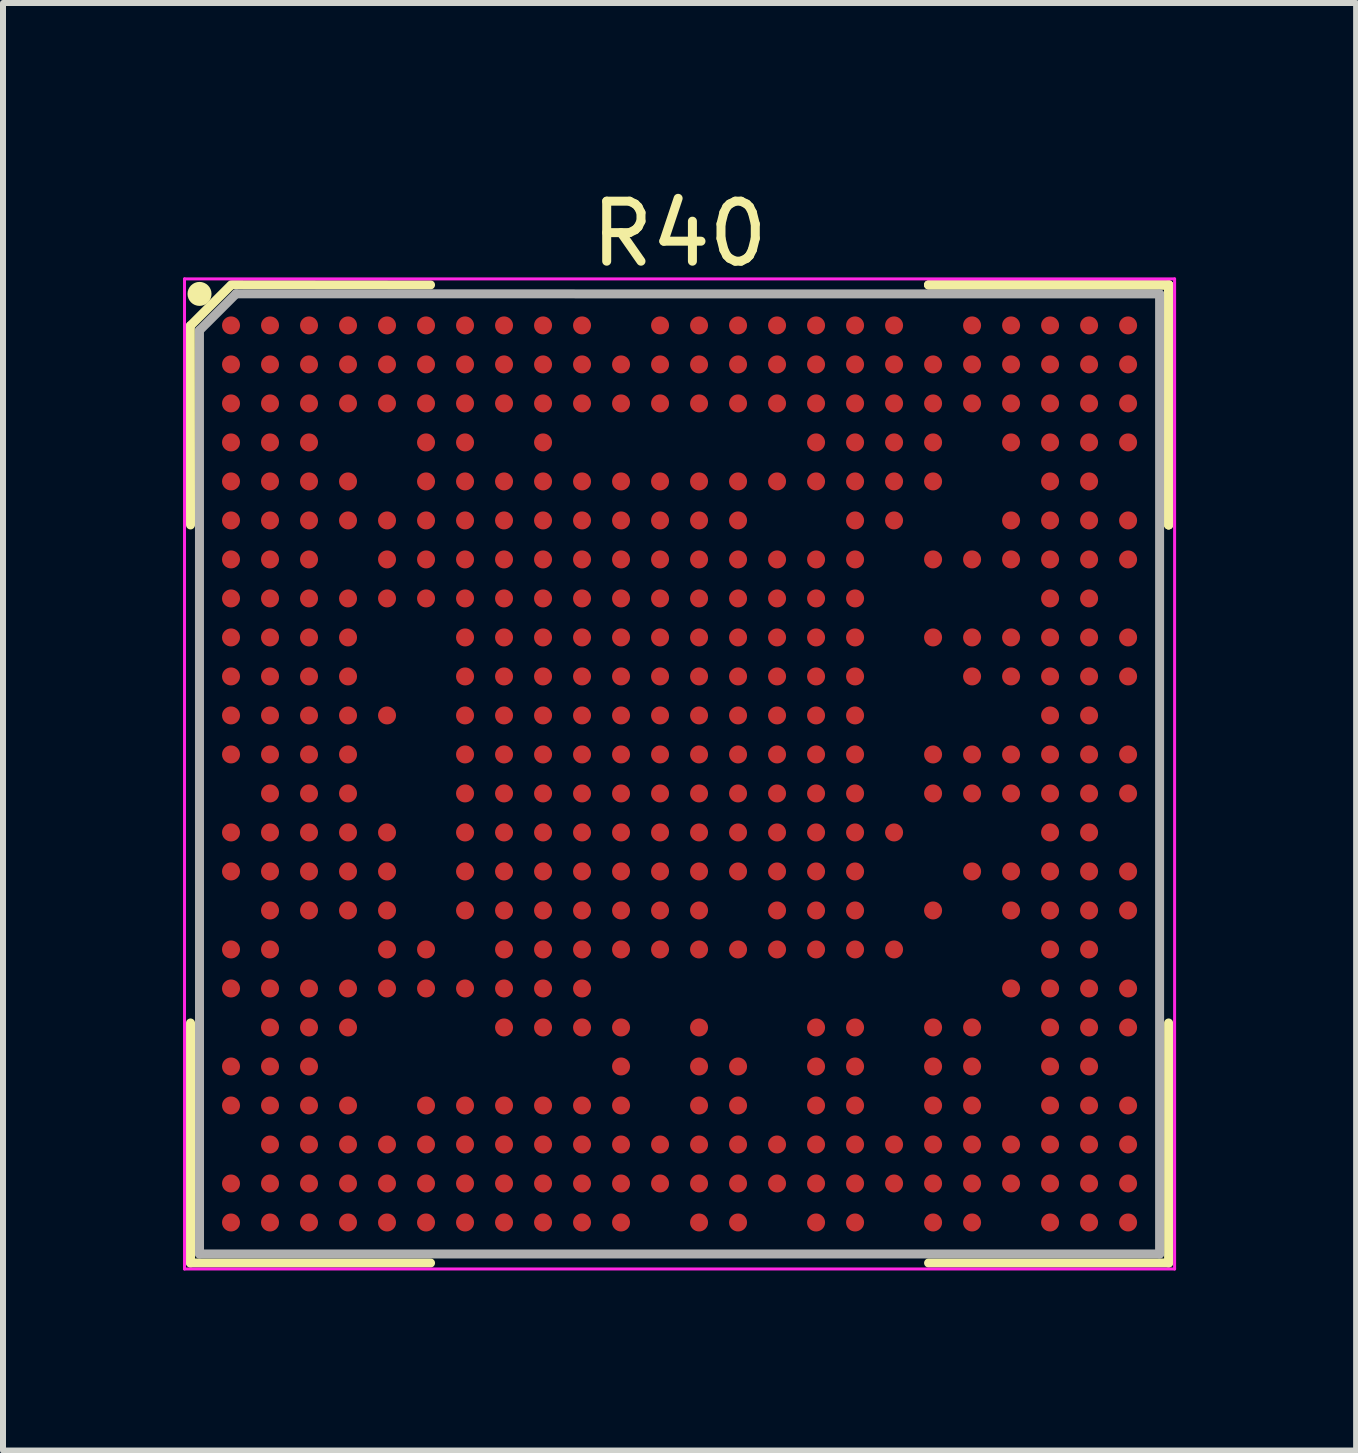
<source format=kicad_pcb>
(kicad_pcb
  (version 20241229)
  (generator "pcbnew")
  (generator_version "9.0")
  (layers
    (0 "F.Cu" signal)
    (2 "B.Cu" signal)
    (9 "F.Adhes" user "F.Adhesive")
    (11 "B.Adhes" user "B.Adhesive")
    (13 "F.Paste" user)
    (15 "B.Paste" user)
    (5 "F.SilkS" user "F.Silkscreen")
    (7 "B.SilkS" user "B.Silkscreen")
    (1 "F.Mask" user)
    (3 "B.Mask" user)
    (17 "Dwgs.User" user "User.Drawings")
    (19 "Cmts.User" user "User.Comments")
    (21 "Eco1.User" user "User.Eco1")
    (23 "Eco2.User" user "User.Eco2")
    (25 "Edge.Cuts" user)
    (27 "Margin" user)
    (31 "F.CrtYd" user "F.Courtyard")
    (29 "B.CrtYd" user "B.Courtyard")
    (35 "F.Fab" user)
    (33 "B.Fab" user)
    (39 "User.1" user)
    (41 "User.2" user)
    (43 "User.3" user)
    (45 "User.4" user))
  (footprint "R40"
    (layer "F.Cu")
    (at 8.275 9.848)
    (property "Reference" "R40" (at 0 -9 0) (layer "F.SilkS") (effects (font (size 1 1) (thickness 0.15))))
    (attr smd)
    (fp_line (start -8.153 -7.468) (end -8.15 -4.15) (stroke (width 0.15) (type solid)) (layer "F.SilkS"))
    (fp_line (start -8.15 8.15) (end -8.15 4.15) (stroke (width 0.15) (type solid)) (layer "F.SilkS"))
    (fp_line (start -7.493 -8.128) (end -8.153 -7.468) (stroke (width 0.15) (type solid)) (layer "F.SilkS"))
    (fp_line (start -4.15 -8.15) (end -7.468 -8.153) (stroke (width 0.15) (type solid)) (layer "F.SilkS"))
    (fp_line (start -4.15 8.15) (end -8.15 8.15) (stroke (width 0.15) (type solid)) (layer "F.SilkS"))
    (fp_line (start 4.15 -8.15) (end 8.15 -8.15) (stroke (width 0.15) (type solid)) (layer "F.SilkS"))
    (fp_line (start 4.15 -8.15) (end 8.15 -8.15) (stroke (width 0.15) (type solid)) (layer "F.SilkS"))
    (fp_line (start 4.15 -8.15) (end 8.15 -8.15) (stroke (width 0.15) (type solid)) (layer "F.SilkS"))
    (fp_line (start 4.15 8.15) (end 8.15 8.15) (stroke (width 0.15) (type solid)) (layer "F.SilkS"))
    (fp_line (start 8.15 -8.15) (end 8.15 -4.15) (stroke (width 0.15) (type solid)) (layer "F.SilkS"))
    (fp_line (start 8.15 -8.15) (end 8.15 -4.15) (stroke (width 0.15) (type solid)) (layer "F.SilkS"))
    (fp_line (start 8.15 -8.15) (end 8.15 -4.15) (stroke (width 0.15) (type solid)) (layer "F.SilkS"))
    (fp_line (start 8.15 8.15) (end 8.15 4.15) (stroke (width 0.15) (type solid)) (layer "F.SilkS"))
    (fp_circle (center -8 -8) (end -8 -7.9) (stroke (width 0.2) (type solid)) (fill no) (layer "F.SilkS"))
    (fp_line (start -8.25 -8.25) (end 8.25 -8.25) (stroke (width 0.05) (type solid)) (layer "F.CrtYd"))
    (fp_line (start -8.25 8.25) (end -8.25 -8.25) (stroke (width 0.05) (type solid)) (layer "F.CrtYd"))
    (fp_line (start 8.25 -8.25) (end 8.25 8.25) (stroke (width 0.05) (type solid)) (layer "F.CrtYd"))
    (fp_line (start 8.25 8.25) (end -8.25 8.25) (stroke (width 0.05) (type solid)) (layer "F.CrtYd"))
    (fp_line (start -8.001 -7.391) (end -8 8) (stroke (width 0.15) (type solid)) (layer "F.Fab"))
    (fp_line (start -8 8) (end 8 8) (stroke (width 0.15) (type solid)) (layer "F.Fab"))
    (fp_line (start -7.391 -8.001) (end -8.001 -7.391) (stroke (width 0.15) (type solid)) (layer "F.Fab"))
    (fp_line (start 8 -8) (end -7.391 -8.001) (stroke (width 0.15) (type solid)) (layer "F.Fab"))
    (fp_line (start 8 8) (end 8 -8) (stroke (width 0.15) (type solid)) (layer "F.Fab"))
    (pad "A1" smd circle (at -7.475 -7.475) (size 0.3 0.3) (layers "F.Cu" "F.Mask" "F.Paste"))
    (pad "A2" smd circle (at -6.825 -7.475) (size 0.3 0.3) (layers "F.Cu" "F.Mask" "F.Paste"))
    (pad "A3" smd circle (at -6.175 -7.475) (size 0.3 0.3) (layers "F.Cu" "F.Mask" "F.Paste"))
    (pad "A4" smd circle (at -5.525 -7.475) (size 0.3 0.3) (layers "F.Cu" "F.Mask" "F.Paste"))
    (pad "A5" smd circle (at -4.875 -7.475) (size 0.3 0.3) (layers "F.Cu" "F.Mask" "F.Paste"))
    (pad "A6" smd circle (at -4.225 -7.475) (size 0.3 0.3) (layers "F.Cu" "F.Mask" "F.Paste"))
    (pad "A7" smd circle (at -3.575 -7.475) (size 0.3 0.3) (layers "F.Cu" "F.Mask" "F.Paste"))
    (pad "A8" smd circle (at -2.925 -7.475) (size 0.3 0.3) (layers "F.Cu" "F.Mask" "F.Paste"))
    (pad "A9" smd circle (at -2.275 -7.475) (size 0.3 0.3) (layers "F.Cu" "F.Mask" "F.Paste"))
    (pad "A10" smd circle (at -1.625 -7.475) (size 0.3 0.3) (layers "F.Cu" "F.Mask" "F.Paste"))
    (pad "A12" smd circle (at -0.325 -7.475) (size 0.3 0.3) (layers "F.Cu" "F.Mask" "F.Paste"))
    (pad "A13" smd circle (at 0.325 -7.475) (size 0.3 0.3) (layers "F.Cu" "F.Mask" "F.Paste"))
    (pad "A14" smd circle (at 0.975 -7.475) (size 0.3 0.3) (layers "F.Cu" "F.Mask" "F.Paste"))
    (pad "A15" smd circle (at 1.625 -7.475) (size 0.3 0.3) (layers "F.Cu" "F.Mask" "F.Paste"))
    (pad "A16" smd circle (at 2.275 -7.475) (size 0.3 0.3) (layers "F.Cu" "F.Mask" "F.Paste"))
    (pad "A17" smd circle (at 2.925 -7.475) (size 0.3 0.3) (layers "F.Cu" "F.Mask" "F.Paste"))
    (pad "A18" smd circle (at 3.575 -7.475) (size 0.3 0.3) (layers "F.Cu" "F.Mask" "F.Paste"))
    (pad "A20" smd circle (at 4.875 -7.475) (size 0.3 0.3) (layers "F.Cu" "F.Mask" "F.Paste"))
    (pad "A21" smd circle (at 5.525 -7.475) (size 0.3 0.3) (layers "F.Cu" "F.Mask" "F.Paste"))
    (pad "A22" smd circle (at 6.175 -7.475) (size 0.3 0.3) (layers "F.Cu" "F.Mask" "F.Paste"))
    (pad "A23" smd circle (at 6.825 -7.475) (size 0.3 0.3) (layers "F.Cu" "F.Mask" "F.Paste"))
    (pad "A24" smd circle (at 7.475 -7.475) (size 0.3 0.3) (layers "F.Cu" "F.Mask" "F.Paste"))
    (pad "AA1" smd circle (at -7.475 5.525) (size 0.3 0.3) (layers "F.Cu" "F.Mask" "F.Paste"))
    (pad "AA2" smd circle (at -6.825 5.525) (size 0.3 0.3) (layers "F.Cu" "F.Mask" "F.Paste"))
    (pad "AA3" smd circle (at -6.175 5.525) (size 0.3 0.3) (layers "F.Cu" "F.Mask" "F.Paste"))
    (pad "AA4" smd circle (at -5.525 5.525) (size 0.3 0.3) (layers "F.Cu" "F.Mask" "F.Paste"))
    (pad "AA6" smd circle (at -4.225 5.525) (size 0.3 0.3) (layers "F.Cu" "F.Mask" "F.Paste"))
    (pad "AA7" smd circle (at -3.575 5.525) (size 0.3 0.3) (layers "F.Cu" "F.Mask" "F.Paste"))
    (pad "AA8" smd circle (at -2.925 5.525) (size 0.3 0.3) (layers "F.Cu" "F.Mask" "F.Paste"))
    (pad "AA9" smd circle (at -2.275 5.525) (size 0.3 0.3) (layers "F.Cu" "F.Mask" "F.Paste"))
    (pad "AA10" smd circle (at -1.625 5.525) (size 0.3 0.3) (layers "F.Cu" "F.Mask" "F.Paste"))
    (pad "AA11" smd circle (at -0.975 5.525) (size 0.3 0.3) (layers "F.Cu" "F.Mask" "F.Paste"))
    (pad "AA13" smd circle (at 0.325 5.525) (size 0.3 0.3) (layers "F.Cu" "F.Mask" "F.Paste"))
    (pad "AA14" smd circle (at 0.975 5.525) (size 0.3 0.3) (layers "F.Cu" "F.Mask" "F.Paste"))
    (pad "AA16" smd circle (at 2.275 5.525) (size 0.3 0.3) (layers "F.Cu" "F.Mask" "F.Paste"))
    (pad "AA17" smd circle (at 2.925 5.525) (size 0.3 0.3) (layers "F.Cu" "F.Mask" "F.Paste"))
    (pad "AA19" smd circle (at 4.225 5.525) (size 0.3 0.3) (layers "F.Cu" "F.Mask" "F.Paste"))
    (pad "AA20" smd circle (at 4.875 5.525) (size 0.3 0.3) (layers "F.Cu" "F.Mask" "F.Paste"))
    (pad "AA22" smd circle (at 6.175 5.525) (size 0.3 0.3) (layers "F.Cu" "F.Mask" "F.Paste"))
    (pad "AA23" smd circle (at 6.825 5.525) (size 0.3 0.3) (layers "F.Cu" "F.Mask" "F.Paste"))
    (pad "AA24" smd circle (at 7.475 5.525) (size 0.3 0.3) (layers "F.Cu" "F.Mask" "F.Paste"))
    (pad "AB2" smd circle (at -6.825 6.175) (size 0.3 0.3) (layers "F.Cu" "F.Mask" "F.Paste"))
    (pad "AB3" smd circle (at -6.175 6.175) (size 0.3 0.3) (layers "F.Cu" "F.Mask" "F.Paste"))
    (pad "AB4" smd circle (at -5.525 6.175) (size 0.3 0.3) (layers "F.Cu" "F.Mask" "F.Paste"))
    (pad "AB5" smd circle (at -4.875 6.175) (size 0.3 0.3) (layers "F.Cu" "F.Mask" "F.Paste"))
    (pad "AB6" smd circle (at -4.225 6.175) (size 0.3 0.3) (layers "F.Cu" "F.Mask" "F.Paste"))
    (pad "AB7" smd circle (at -3.575 6.175) (size 0.3 0.3) (layers "F.Cu" "F.Mask" "F.Paste"))
    (pad "AB8" smd circle (at -2.925 6.175) (size 0.3 0.3) (layers "F.Cu" "F.Mask" "F.Paste"))
    (pad "AB9" smd circle (at -2.275 6.175) (size 0.3 0.3) (layers "F.Cu" "F.Mask" "F.Paste"))
    (pad "AB10" smd circle (at -1.625 6.175) (size 0.3 0.3) (layers "F.Cu" "F.Mask" "F.Paste"))
    (pad "AB11" smd circle (at -0.975 6.175) (size 0.3 0.3) (layers "F.Cu" "F.Mask" "F.Paste"))
    (pad "AB12" smd circle (at -0.325 6.175) (size 0.3 0.3) (layers "F.Cu" "F.Mask" "F.Paste"))
    (pad "AB13" smd circle (at 0.325 6.175) (size 0.3 0.3) (layers "F.Cu" "F.Mask" "F.Paste"))
    (pad "AB14" smd circle (at 0.975 6.175) (size 0.3 0.3) (layers "F.Cu" "F.Mask" "F.Paste"))
    (pad "AB15" smd circle (at 1.625 6.175) (size 0.3 0.3) (layers "F.Cu" "F.Mask" "F.Paste"))
    (pad "AB16" smd circle (at 2.275 6.175) (size 0.3 0.3) (layers "F.Cu" "F.Mask" "F.Paste"))
    (pad "AB17" smd circle (at 2.925 6.175) (size 0.3 0.3) (layers "F.Cu" "F.Mask" "F.Paste"))
    (pad "AB18" smd circle (at 3.575 6.175) (size 0.3 0.3) (layers "F.Cu" "F.Mask" "F.Paste"))
    (pad "AB19" smd circle (at 4.225 6.175) (size 0.3 0.3) (layers "F.Cu" "F.Mask" "F.Paste"))
    (pad "AB20" smd circle (at 4.875 6.175) (size 0.3 0.3) (layers "F.Cu" "F.Mask" "F.Paste"))
    (pad "AB21" smd circle (at 5.525 6.175) (size 0.3 0.3) (layers "F.Cu" "F.Mask" "F.Paste"))
    (pad "AB22" smd circle (at 6.175 6.175) (size 0.3 0.3) (layers "F.Cu" "F.Mask" "F.Paste"))
    (pad "AB23" smd circle (at 6.825 6.175) (size 0.3 0.3) (layers "F.Cu" "F.Mask" "F.Paste"))
    (pad "AB24" smd circle (at 7.475 6.175) (size 0.3 0.3) (layers "F.Cu" "F.Mask" "F.Paste"))
    (pad "AC1" smd circle (at -7.475 6.825) (size 0.3 0.3) (layers "F.Cu" "F.Mask" "F.Paste"))
    (pad "AC2" smd circle (at -6.825 6.825) (size 0.3 0.3) (layers "F.Cu" "F.Mask" "F.Paste"))
    (pad "AC3" smd circle (at -6.175 6.825) (size 0.3 0.3) (layers "F.Cu" "F.Mask" "F.Paste"))
    (pad "AC4" smd circle (at -5.525 6.825) (size 0.3 0.3) (layers "F.Cu" "F.Mask" "F.Paste"))
    (pad "AC5" smd circle (at -4.875 6.825) (size 0.3 0.3) (layers "F.Cu" "F.Mask" "F.Paste"))
    (pad "AC6" smd circle (at -4.225 6.825) (size 0.3 0.3) (layers "F.Cu" "F.Mask" "F.Paste"))
    (pad "AC7" smd circle (at -3.575 6.825) (size 0.3 0.3) (layers "F.Cu" "F.Mask" "F.Paste"))
    (pad "AC8" smd circle (at -2.925 6.825) (size 0.3 0.3) (layers "F.Cu" "F.Mask" "F.Paste"))
    (pad "AC9" smd circle (at -2.275 6.825) (size 0.3 0.3) (layers "F.Cu" "F.Mask" "F.Paste"))
    (pad "AC10" smd circle (at -1.625 6.825) (size 0.3 0.3) (layers "F.Cu" "F.Mask" "F.Paste"))
    (pad "AC11" smd circle (at -0.975 6.825) (size 0.3 0.3) (layers "F.Cu" "F.Mask" "F.Paste"))
    (pad "AC12" smd circle (at -0.325 6.825) (size 0.3 0.3) (layers "F.Cu" "F.Mask" "F.Paste"))
    (pad "AC13" smd circle (at 0.325 6.825) (size 0.3 0.3) (layers "F.Cu" "F.Mask" "F.Paste"))
    (pad "AC14" smd circle (at 0.975 6.825) (size 0.3 0.3) (layers "F.Cu" "F.Mask" "F.Paste"))
    (pad "AC15" smd circle (at 1.625 6.825) (size 0.3 0.3) (layers "F.Cu" "F.Mask" "F.Paste"))
    (pad "AC16" smd circle (at 2.275 6.825) (size 0.3 0.3) (layers "F.Cu" "F.Mask" "F.Paste"))
    (pad "AC17" smd circle (at 2.925 6.825) (size 0.3 0.3) (layers "F.Cu" "F.Mask" "F.Paste"))
    (pad "AC18" smd circle (at 3.575 6.825) (size 0.3 0.3) (layers "F.Cu" "F.Mask" "F.Paste"))
    (pad "AC19" smd circle (at 4.225 6.825) (size 0.3 0.3) (layers "F.Cu" "F.Mask" "F.Paste"))
    (pad "AC20" smd circle (at 4.875 6.825) (size 0.3 0.3) (layers "F.Cu" "F.Mask" "F.Paste"))
    (pad "AC21" smd circle (at 5.525 6.825) (size 0.3 0.3) (layers "F.Cu" "F.Mask" "F.Paste"))
    (pad "AC22" smd circle (at 6.175 6.825) (size 0.3 0.3) (layers "F.Cu" "F.Mask" "F.Paste"))
    (pad "AC23" smd circle (at 6.825 6.825) (size 0.3 0.3) (layers "F.Cu" "F.Mask" "F.Paste"))
    (pad "AC24" smd circle (at 7.475 6.825) (size 0.3 0.3) (layers "F.Cu" "F.Mask" "F.Paste"))
    (pad "AD1" smd circle (at -7.475 7.475) (size 0.3 0.3) (layers "F.Cu" "F.Mask" "F.Paste"))
    (pad "AD2" smd circle (at -6.825 7.475) (size 0.3 0.3) (layers "F.Cu" "F.Mask" "F.Paste"))
    (pad "AD3" smd circle (at -6.175 7.475) (size 0.3 0.3) (layers "F.Cu" "F.Mask" "F.Paste"))
    (pad "AD4" smd circle (at -5.525 7.475) (size 0.3 0.3) (layers "F.Cu" "F.Mask" "F.Paste"))
    (pad "AD5" smd circle (at -4.875 7.475) (size 0.3 0.3) (layers "F.Cu" "F.Mask" "F.Paste"))
    (pad "AD6" smd circle (at -4.225 7.475) (size 0.3 0.3) (layers "F.Cu" "F.Mask" "F.Paste"))
    (pad "AD7" smd circle (at -3.575 7.475) (size 0.3 0.3) (layers "F.Cu" "F.Mask" "F.Paste"))
    (pad "AD8" smd circle (at -2.925 7.475) (size 0.3 0.3) (layers "F.Cu" "F.Mask" "F.Paste"))
    (pad "AD9" smd circle (at -2.275 7.475) (size 0.3 0.3) (layers "F.Cu" "F.Mask" "F.Paste"))
    (pad "AD10" smd circle (at -1.625 7.475) (size 0.3 0.3) (layers "F.Cu" "F.Mask" "F.Paste"))
    (pad "AD11" smd circle (at -0.975 7.475) (size 0.3 0.3) (layers "F.Cu" "F.Mask" "F.Paste"))
    (pad "AD13" smd circle (at 0.325 7.475) (size 0.3 0.3) (layers "F.Cu" "F.Mask" "F.Paste"))
    (pad "AD14" smd circle (at 0.975 7.475) (size 0.3 0.3) (layers "F.Cu" "F.Mask" "F.Paste"))
    (pad "AD16" smd circle (at 2.275 7.475) (size 0.3 0.3) (layers "F.Cu" "F.Mask" "F.Paste"))
    (pad "AD17" smd circle (at 2.925 7.475) (size 0.3 0.3) (layers "F.Cu" "F.Mask" "F.Paste"))
    (pad "AD19" smd circle (at 4.225 7.475) (size 0.3 0.3) (layers "F.Cu" "F.Mask" "F.Paste"))
    (pad "AD20" smd circle (at 4.875 7.475) (size 0.3 0.3) (layers "F.Cu" "F.Mask" "F.Paste"))
    (pad "AD22" smd circle (at 6.175 7.475) (size 0.3 0.3) (layers "F.Cu" "F.Mask" "F.Paste"))
    (pad "AD23" smd circle (at 6.825 7.475) (size 0.3 0.3) (layers "F.Cu" "F.Mask" "F.Paste"))
    (pad "AD24" smd circle (at 7.475 7.475) (size 0.3 0.3) (layers "F.Cu" "F.Mask" "F.Paste"))
    (pad "B1" smd circle (at -7.475 -6.825) (size 0.3 0.3) (layers "F.Cu" "F.Mask" "F.Paste"))
    (pad "B2" smd circle (at -6.825 -6.825) (size 0.3 0.3) (layers "F.Cu" "F.Mask" "F.Paste"))
    (pad "B3" smd circle (at -6.175 -6.825) (size 0.3 0.3) (layers "F.Cu" "F.Mask" "F.Paste"))
    (pad "B4" smd circle (at -5.525 -6.825) (size 0.3 0.3) (layers "F.Cu" "F.Mask" "F.Paste"))
    (pad "B5" smd circle (at -4.875 -6.825) (size 0.3 0.3) (layers "F.Cu" "F.Mask" "F.Paste"))
    (pad "B6" smd circle (at -4.225 -6.825) (size 0.3 0.3) (layers "F.Cu" "F.Mask" "F.Paste"))
    (pad "B7" smd circle (at -3.575 -6.825) (size 0.3 0.3) (layers "F.Cu" "F.Mask" "F.Paste"))
    (pad "B8" smd circle (at -2.925 -6.825) (size 0.3 0.3) (layers "F.Cu" "F.Mask" "F.Paste"))
    (pad "B9" smd circle (at -2.275 -6.825) (size 0.3 0.3) (layers "F.Cu" "F.Mask" "F.Paste"))
    (pad "B10" smd circle (at -1.625 -6.825) (size 0.3 0.3) (layers "F.Cu" "F.Mask" "F.Paste"))
    (pad "B11" smd circle (at -0.975 -6.825) (size 0.3 0.3) (layers "F.Cu" "F.Mask" "F.Paste"))
    (pad "B12" smd circle (at -0.325 -6.825) (size 0.3 0.3) (layers "F.Cu" "F.Mask" "F.Paste"))
    (pad "B13" smd circle (at 0.325 -6.825) (size 0.3 0.3) (layers "F.Cu" "F.Mask" "F.Paste"))
    (pad "B14" smd circle (at 0.975 -6.825) (size 0.3 0.3) (layers "F.Cu" "F.Mask" "F.Paste"))
    (pad "B15" smd circle (at 1.625 -6.825) (size 0.3 0.3) (layers "F.Cu" "F.Mask" "F.Paste"))
    (pad "B16" smd circle (at 2.275 -6.825) (size 0.3 0.3) (layers "F.Cu" "F.Mask" "F.Paste"))
    (pad "B17" smd circle (at 2.925 -6.825) (size 0.3 0.3) (layers "F.Cu" "F.Mask" "F.Paste"))
    (pad "B18" smd circle (at 3.575 -6.825) (size 0.3 0.3) (layers "F.Cu" "F.Mask" "F.Paste"))
    (pad "B19" smd circle (at 4.225 -6.825) (size 0.3 0.3) (layers "F.Cu" "F.Mask" "F.Paste"))
    (pad "B20" smd circle (at 4.875 -6.825) (size 0.3 0.3) (layers "F.Cu" "F.Mask" "F.Paste"))
    (pad "B21" smd circle (at 5.525 -6.825) (size 0.3 0.3) (layers "F.Cu" "F.Mask" "F.Paste"))
    (pad "B22" smd circle (at 6.175 -6.825) (size 0.3 0.3) (layers "F.Cu" "F.Mask" "F.Paste"))
    (pad "B23" smd circle (at 6.825 -6.825) (size 0.3 0.3) (layers "F.Cu" "F.Mask" "F.Paste"))
    (pad "B24" smd circle (at 7.475 -6.825) (size 0.3 0.3) (layers "F.Cu" "F.Mask" "F.Paste"))
    (pad "C1" smd circle (at -7.475 -6.175) (size 0.3 0.3) (layers "F.Cu" "F.Mask" "F.Paste"))
    (pad "C2" smd circle (at -6.825 -6.175) (size 0.3 0.3) (layers "F.Cu" "F.Mask" "F.Paste"))
    (pad "C3" smd circle (at -6.175 -6.175) (size 0.3 0.3) (layers "F.Cu" "F.Mask" "F.Paste"))
    (pad "C4" smd circle (at -5.525 -6.175) (size 0.3 0.3) (layers "F.Cu" "F.Mask" "F.Paste"))
    (pad "C5" smd circle (at -4.875 -6.175) (size 0.3 0.3) (layers "F.Cu" "F.Mask" "F.Paste"))
    (pad "C6" smd circle (at -4.225 -6.175) (size 0.3 0.3) (layers "F.Cu" "F.Mask" "F.Paste"))
    (pad "C7" smd circle (at -3.575 -6.175) (size 0.3 0.3) (layers "F.Cu" "F.Mask" "F.Paste"))
    (pad "C8" smd circle (at -2.925 -6.175) (size 0.3 0.3) (layers "F.Cu" "F.Mask" "F.Paste"))
    (pad "C9" smd circle (at -2.275 -6.175) (size 0.3 0.3) (layers "F.Cu" "F.Mask" "F.Paste"))
    (pad "C10" smd circle (at -1.625 -6.175) (size 0.3 0.3) (layers "F.Cu" "F.Mask" "F.Paste"))
    (pad "C11" smd circle (at -0.975 -6.175) (size 0.3 0.3) (layers "F.Cu" "F.Mask" "F.Paste"))
    (pad "C12" smd circle (at -0.325 -6.175) (size 0.3 0.3) (layers "F.Cu" "F.Mask" "F.Paste"))
    (pad "C13" smd circle (at 0.325 -6.175) (size 0.3 0.3) (layers "F.Cu" "F.Mask" "F.Paste"))
    (pad "C14" smd circle (at 0.975 -6.175) (size 0.3 0.3) (layers "F.Cu" "F.Mask" "F.Paste"))
    (pad "C15" smd circle (at 1.625 -6.175) (size 0.3 0.3) (layers "F.Cu" "F.Mask" "F.Paste"))
    (pad "C16" smd circle (at 2.275 -6.175) (size 0.3 0.3) (layers "F.Cu" "F.Mask" "F.Paste"))
    (pad "C17" smd circle (at 2.925 -6.175) (size 0.3 0.3) (layers "F.Cu" "F.Mask" "F.Paste"))
    (pad "C18" smd circle (at 3.575 -6.175) (size 0.3 0.3) (layers "F.Cu" "F.Mask" "F.Paste"))
    (pad "C19" smd circle (at 4.225 -6.175) (size 0.3 0.3) (layers "F.Cu" "F.Mask" "F.Paste"))
    (pad "C20" smd circle (at 4.875 -6.175) (size 0.3 0.3) (layers "F.Cu" "F.Mask" "F.Paste"))
    (pad "C21" smd circle (at 5.525 -6.175) (size 0.3 0.3) (layers "F.Cu" "F.Mask" "F.Paste"))
    (pad "C22" smd circle (at 6.175 -6.175) (size 0.3 0.3) (layers "F.Cu" "F.Mask" "F.Paste"))
    (pad "C23" smd circle (at 6.825 -6.175) (size 0.3 0.3) (layers "F.Cu" "F.Mask" "F.Paste"))
    (pad "C24" smd circle (at 7.475 -6.175) (size 0.3 0.3) (layers "F.Cu" "F.Mask" "F.Paste"))
    (pad "D1" smd circle (at -7.475 -5.525) (size 0.3 0.3) (layers "F.Cu" "F.Mask" "F.Paste"))
    (pad "D2" smd circle (at -6.825 -5.525) (size 0.3 0.3) (layers "F.Cu" "F.Mask" "F.Paste"))
    (pad "D3" smd circle (at -6.175 -5.525) (size 0.3 0.3) (layers "F.Cu" "F.Mask" "F.Paste"))
    (pad "D6" smd circle (at -4.225 -5.525) (size 0.3 0.3) (layers "F.Cu" "F.Mask" "F.Paste"))
    (pad "D7" smd circle (at -3.575 -5.525) (size 0.3 0.3) (layers "F.Cu" "F.Mask" "F.Paste"))
    (pad "D9" smd circle (at -2.275 -5.525) (size 0.3 0.3) (layers "F.Cu" "F.Mask" "F.Paste"))
    (pad "D16" smd circle (at 2.275 -5.525) (size 0.3 0.3) (layers "F.Cu" "F.Mask" "F.Paste"))
    (pad "D17" smd circle (at 2.925 -5.525) (size 0.3 0.3) (layers "F.Cu" "F.Mask" "F.Paste"))
    (pad "D18" smd circle (at 3.575 -5.525) (size 0.3 0.3) (layers "F.Cu" "F.Mask" "F.Paste"))
    (pad "D19" smd circle (at 4.225 -5.525) (size 0.3 0.3) (layers "F.Cu" "F.Mask" "F.Paste"))
    (pad "D21" smd circle (at 5.525 -5.525) (size 0.3 0.3) (layers "F.Cu" "F.Mask" "F.Paste"))
    (pad "D22" smd circle (at 6.175 -5.525) (size 0.3 0.3) (layers "F.Cu" "F.Mask" "F.Paste"))
    (pad "D23" smd circle (at 6.825 -5.525) (size 0.3 0.3) (layers "F.Cu" "F.Mask" "F.Paste"))
    (pad "D24" smd circle (at 7.475 -5.525) (size 0.3 0.3) (layers "F.Cu" "F.Mask" "F.Paste"))
    (pad "E1" smd circle (at -7.475 -4.875) (size 0.3 0.3) (layers "F.Cu" "F.Mask" "F.Paste"))
    (pad "E2" smd circle (at -6.825 -4.875) (size 0.3 0.3) (layers "F.Cu" "F.Mask" "F.Paste"))
    (pad "E3" smd circle (at -6.175 -4.875) (size 0.3 0.3) (layers "F.Cu" "F.Mask" "F.Paste"))
    (pad "E4" smd circle (at -5.525 -4.875) (size 0.3 0.3) (layers "F.Cu" "F.Mask" "F.Paste"))
    (pad "E6" smd circle (at -4.225 -4.875) (size 0.3 0.3) (layers "F.Cu" "F.Mask" "F.Paste"))
    (pad "E7" smd circle (at -3.575 -4.875) (size 0.3 0.3) (layers "F.Cu" "F.Mask" "F.Paste"))
    (pad "E8" smd circle (at -2.925 -4.875) (size 0.3 0.3) (layers "F.Cu" "F.Mask" "F.Paste"))
    (pad "E9" smd circle (at -2.275 -4.875) (size 0.3 0.3) (layers "F.Cu" "F.Mask" "F.Paste"))
    (pad "E10" smd circle (at -1.625 -4.875) (size 0.3 0.3) (layers "F.Cu" "F.Mask" "F.Paste"))
    (pad "E11" smd circle (at -0.975 -4.875) (size 0.3 0.3) (layers "F.Cu" "F.Mask" "F.Paste"))
    (pad "E12" smd circle (at -0.325 -4.875) (size 0.3 0.3) (layers "F.Cu" "F.Mask" "F.Paste"))
    (pad "E13" smd circle (at 0.325 -4.875) (size 0.3 0.3) (layers "F.Cu" "F.Mask" "F.Paste"))
    (pad "E14" smd circle (at 0.975 -4.875) (size 0.3 0.3) (layers "F.Cu" "F.Mask" "F.Paste"))
    (pad "E15" smd circle (at 1.625 -4.875) (size 0.3 0.3) (layers "F.Cu" "F.Mask" "F.Paste"))
    (pad "E16" smd circle (at 2.275 -4.875) (size 0.3 0.3) (layers "F.Cu" "F.Mask" "F.Paste"))
    (pad "E17" smd circle (at 2.925 -4.875) (size 0.3 0.3) (layers "F.Cu" "F.Mask" "F.Paste"))
    (pad "E18" smd circle (at 3.575 -4.875) (size 0.3 0.3) (layers "F.Cu" "F.Mask" "F.Paste"))
    (pad "E19" smd circle (at 4.225 -4.875) (size 0.3 0.3) (layers "F.Cu" "F.Mask" "F.Paste"))
    (pad "E22" smd circle (at 6.175 -4.875) (size 0.3 0.3) (layers "F.Cu" "F.Mask" "F.Paste"))
    (pad "E23" smd circle (at 6.825 -4.875) (size 0.3 0.3) (layers "F.Cu" "F.Mask" "F.Paste"))
    (pad "F1" smd circle (at -7.475 -4.225) (size 0.3 0.3) (layers "F.Cu" "F.Mask" "F.Paste"))
    (pad "F2" smd circle (at -6.825 -4.225) (size 0.3 0.3) (layers "F.Cu" "F.Mask" "F.Paste"))
    (pad "F3" smd circle (at -6.175 -4.225) (size 0.3 0.3) (layers "F.Cu" "F.Mask" "F.Paste"))
    (pad "F4" smd circle (at -5.525 -4.225) (size 0.3 0.3) (layers "F.Cu" "F.Mask" "F.Paste"))
    (pad "F5" smd circle (at -4.875 -4.225) (size 0.3 0.3) (layers "F.Cu" "F.Mask" "F.Paste"))
    (pad "F6" smd circle (at -4.225 -4.225) (size 0.3 0.3) (layers "F.Cu" "F.Mask" "F.Paste"))
    (pad "F7" smd circle (at -3.575 -4.225) (size 0.3 0.3) (layers "F.Cu" "F.Mask" "F.Paste"))
    (pad "F8" smd circle (at -2.925 -4.225) (size 0.3 0.3) (layers "F.Cu" "F.Mask" "F.Paste"))
    (pad "F9" smd circle (at -2.275 -4.225) (size 0.3 0.3) (layers "F.Cu" "F.Mask" "F.Paste"))
    (pad "F10" smd circle (at -1.625 -4.225) (size 0.3 0.3) (layers "F.Cu" "F.Mask" "F.Paste"))
    (pad "F11" smd circle (at -0.975 -4.225) (size 0.3 0.3) (layers "F.Cu" "F.Mask" "F.Paste"))
    (pad "F12" smd circle (at -0.325 -4.225) (size 0.3 0.3) (layers "F.Cu" "F.Mask" "F.Paste"))
    (pad "F13" smd circle (at 0.325 -4.225) (size 0.3 0.3) (layers "F.Cu" "F.Mask" "F.Paste"))
    (pad "F14" smd circle (at 0.975 -4.225) (size 0.3 0.3) (layers "F.Cu" "F.Mask" "F.Paste"))
    (pad "F17" smd circle (at 2.925 -4.225) (size 0.3 0.3) (layers "F.Cu" "F.Mask" "F.Paste"))
    (pad "F18" smd circle (at 3.575 -4.225) (size 0.3 0.3) (layers "F.Cu" "F.Mask" "F.Paste"))
    (pad "F21" smd circle (at 5.525 -4.225) (size 0.3 0.3) (layers "F.Cu" "F.Mask" "F.Paste"))
    (pad "F22" smd circle (at 6.175 -4.225) (size 0.3 0.3) (layers "F.Cu" "F.Mask" "F.Paste"))
    (pad "F23" smd circle (at 6.825 -4.225) (size 0.3 0.3) (layers "F.Cu" "F.Mask" "F.Paste"))
    (pad "F24" smd circle (at 7.475 -4.225) (size 0.3 0.3) (layers "F.Cu" "F.Mask" "F.Paste"))
    (pad "G1" smd circle (at -7.475 -3.575) (size 0.3 0.3) (layers "F.Cu" "F.Mask" "F.Paste"))
    (pad "G2" smd circle (at -6.825 -3.575) (size 0.3 0.3) (layers "F.Cu" "F.Mask" "F.Paste"))
    (pad "G3" smd circle (at -6.175 -3.575) (size 0.3 0.3) (layers "F.Cu" "F.Mask" "F.Paste"))
    (pad "G5" smd circle (at -4.875 -3.575) (size 0.3 0.3) (layers "F.Cu" "F.Mask" "F.Paste"))
    (pad "G6" smd circle (at -4.225 -3.575) (size 0.3 0.3) (layers "F.Cu" "F.Mask" "F.Paste"))
    (pad "G7" smd circle (at -3.575 -3.575) (size 0.3 0.3) (layers "F.Cu" "F.Mask" "F.Paste"))
    (pad "G8" smd circle (at -2.925 -3.575) (size 0.3 0.3) (layers "F.Cu" "F.Mask" "F.Paste"))
    (pad "G9" smd circle (at -2.275 -3.575) (size 0.3 0.3) (layers "F.Cu" "F.Mask" "F.Paste"))
    (pad "G10" smd circle (at -1.625 -3.575) (size 0.3 0.3) (layers "F.Cu" "F.Mask" "F.Paste"))
    (pad "G11" smd circle (at -0.975 -3.575) (size 0.3 0.3) (layers "F.Cu" "F.Mask" "F.Paste"))
    (pad "G12" smd circle (at -0.325 -3.575) (size 0.3 0.3) (layers "F.Cu" "F.Mask" "F.Paste"))
    (pad "G13" smd circle (at 0.325 -3.575) (size 0.3 0.3) (layers "F.Cu" "F.Mask" "F.Paste"))
    (pad "G14" smd circle (at 0.975 -3.575) (size 0.3 0.3) (layers "F.Cu" "F.Mask" "F.Paste"))
    (pad "G15" smd circle (at 1.625 -3.575) (size 0.3 0.3) (layers "F.Cu" "F.Mask" "F.Paste"))
    (pad "G16" smd circle (at 2.275 -3.575) (size 0.3 0.3) (layers "F.Cu" "F.Mask" "F.Paste"))
    (pad "G17" smd circle (at 2.925 -3.575) (size 0.3 0.3) (layers "F.Cu" "F.Mask" "F.Paste"))
    (pad "G19" smd circle (at 4.225 -3.575) (size 0.3 0.3) (layers "F.Cu" "F.Mask" "F.Paste"))
    (pad "G20" smd circle (at 4.875 -3.575) (size 0.3 0.3) (layers "F.Cu" "F.Mask" "F.Paste"))
    (pad "G21" smd circle (at 5.525 -3.575) (size 0.3 0.3) (layers "F.Cu" "F.Mask" "F.Paste"))
    (pad "G22" smd circle (at 6.175 -3.575) (size 0.3 0.3) (layers "F.Cu" "F.Mask" "F.Paste"))
    (pad "G23" smd circle (at 6.825 -3.575) (size 0.3 0.3) (layers "F.Cu" "F.Mask" "F.Paste"))
    (pad "G24" smd circle (at 7.475 -3.575) (size 0.3 0.3) (layers "F.Cu" "F.Mask" "F.Paste"))
    (pad "H1" smd circle (at -7.475 -2.925) (size 0.3 0.3) (layers "F.Cu" "F.Mask" "F.Paste"))
    (pad "H2" smd circle (at -6.825 -2.925) (size 0.3 0.3) (layers "F.Cu" "F.Mask" "F.Paste"))
    (pad "H3" smd circle (at -6.175 -2.925) (size 0.3 0.3) (layers "F.Cu" "F.Mask" "F.Paste"))
    (pad "H4" smd circle (at -5.525 -2.925) (size 0.3 0.3) (layers "F.Cu" "F.Mask" "F.Paste"))
    (pad "H5" smd circle (at -4.875 -2.925) (size 0.3 0.3) (layers "F.Cu" "F.Mask" "F.Paste"))
    (pad "H6" smd circle (at -4.225 -2.925) (size 0.3 0.3) (layers "F.Cu" "F.Mask" "F.Paste"))
    (pad "H7" smd circle (at -3.575 -2.925) (size 0.3 0.3) (layers "F.Cu" "F.Mask" "F.Paste"))
    (pad "H8" smd circle (at -2.925 -2.925) (size 0.3 0.3) (layers "F.Cu" "F.Mask" "F.Paste"))
    (pad "H9" smd circle (at -2.275 -2.925) (size 0.3 0.3) (layers "F.Cu" "F.Mask" "F.Paste"))
    (pad "H10" smd circle (at -1.625 -2.925) (size 0.3 0.3) (layers "F.Cu" "F.Mask" "F.Paste"))
    (pad "H11" smd circle (at -0.975 -2.925) (size 0.3 0.3) (layers "F.Cu" "F.Mask" "F.Paste"))
    (pad "H12" smd circle (at -0.325 -2.925) (size 0.3 0.3) (layers "F.Cu" "F.Mask" "F.Paste"))
    (pad "H13" smd circle (at 0.325 -2.925) (size 0.3 0.3) (layers "F.Cu" "F.Mask" "F.Paste"))
    (pad "H14" smd circle (at 0.975 -2.925) (size 0.3 0.3) (layers "F.Cu" "F.Mask" "F.Paste"))
    (pad "H15" smd circle (at 1.625 -2.925) (size 0.3 0.3) (layers "F.Cu" "F.Mask" "F.Paste"))
    (pad "H16" smd circle (at 2.275 -2.925) (size 0.3 0.3) (layers "F.Cu" "F.Mask" "F.Paste"))
    (pad "H17" smd circle (at 2.925 -2.925) (size 0.3 0.3) (layers "F.Cu" "F.Mask" "F.Paste"))
    (pad "H22" smd circle (at 6.175 -2.925) (size 0.3 0.3) (layers "F.Cu" "F.Mask" "F.Paste"))
    (pad "H23" smd circle (at 6.825 -2.925) (size 0.3 0.3) (layers "F.Cu" "F.Mask" "F.Paste"))
    (pad "J1" smd circle (at -7.475 -2.275) (size 0.3 0.3) (layers "F.Cu" "F.Mask" "F.Paste"))
    (pad "J2" smd circle (at -6.825 -2.275) (size 0.3 0.3) (layers "F.Cu" "F.Mask" "F.Paste"))
    (pad "J3" smd circle (at -6.175 -2.275) (size 0.3 0.3) (layers "F.Cu" "F.Mask" "F.Paste"))
    (pad "J4" smd circle (at -5.525 -2.275) (size 0.3 0.3) (layers "F.Cu" "F.Mask" "F.Paste"))
    (pad "J7" smd circle (at -3.575 -2.275) (size 0.3 0.3) (layers "F.Cu" "F.Mask" "F.Paste"))
    (pad "J8" smd circle (at -2.925 -2.275) (size 0.3 0.3) (layers "F.Cu" "F.Mask" "F.Paste"))
    (pad "J9" smd circle (at -2.275 -2.275) (size 0.3 0.3) (layers "F.Cu" "F.Mask" "F.Paste"))
    (pad "J10" smd circle (at -1.625 -2.275) (size 0.3 0.3) (layers "F.Cu" "F.Mask" "F.Paste"))
    (pad "J11" smd circle (at -0.975 -2.275) (size 0.3 0.3) (layers "F.Cu" "F.Mask" "F.Paste"))
    (pad "J12" smd circle (at -0.325 -2.275) (size 0.3 0.3) (layers "F.Cu" "F.Mask" "F.Paste"))
    (pad "J13" smd circle (at 0.325 -2.275) (size 0.3 0.3) (layers "F.Cu" "F.Mask" "F.Paste"))
    (pad "J14" smd circle (at 0.975 -2.275) (size 0.3 0.3) (layers "F.Cu" "F.Mask" "F.Paste"))
    (pad "J15" smd circle (at 1.625 -2.275) (size 0.3 0.3) (layers "F.Cu" "F.Mask" "F.Paste"))
    (pad "J16" smd circle (at 2.275 -2.275) (size 0.3 0.3) (layers "F.Cu" "F.Mask" "F.Paste"))
    (pad "J17" smd circle (at 2.925 -2.275) (size 0.3 0.3) (layers "F.Cu" "F.Mask" "F.Paste"))
    (pad "J19" smd circle (at 4.225 -2.275) (size 0.3 0.3) (layers "F.Cu" "F.Mask" "F.Paste"))
    (pad "J20" smd circle (at 4.875 -2.275) (size 0.3 0.3) (layers "F.Cu" "F.Mask" "F.Paste"))
    (pad "J21" smd circle (at 5.525 -2.275) (size 0.3 0.3) (layers "F.Cu" "F.Mask" "F.Paste"))
    (pad "J22" smd circle (at 6.175 -2.275) (size 0.3 0.3) (layers "F.Cu" "F.Mask" "F.Paste"))
    (pad "J23" smd circle (at 6.825 -2.275) (size 0.3 0.3) (layers "F.Cu" "F.Mask" "F.Paste"))
    (pad "J24" smd circle (at 7.475 -2.275) (size 0.3 0.3) (layers "F.Cu" "F.Mask" "F.Paste"))
    (pad "K1" smd circle (at -7.475 -1.625) (size 0.3 0.3) (layers "F.Cu" "F.Mask" "F.Paste"))
    (pad "K2" smd circle (at -6.825 -1.625) (size 0.3 0.3) (layers "F.Cu" "F.Mask" "F.Paste"))
    (pad "K3" smd circle (at -6.175 -1.625) (size 0.3 0.3) (layers "F.Cu" "F.Mask" "F.Paste"))
    (pad "K4" smd circle (at -5.525 -1.625) (size 0.3 0.3) (layers "F.Cu" "F.Mask" "F.Paste"))
    (pad "K7" smd circle (at -3.575 -1.625) (size 0.3 0.3) (layers "F.Cu" "F.Mask" "F.Paste"))
    (pad "K8" smd circle (at -2.925 -1.625) (size 0.3 0.3) (layers "F.Cu" "F.Mask" "F.Paste"))
    (pad "K9" smd circle (at -2.275 -1.625) (size 0.3 0.3) (layers "F.Cu" "F.Mask" "F.Paste"))
    (pad "K10" smd circle (at -1.625 -1.625) (size 0.3 0.3) (layers "F.Cu" "F.Mask" "F.Paste"))
    (pad "K11" smd circle (at -0.975 -1.625) (size 0.3 0.3) (layers "F.Cu" "F.Mask" "F.Paste"))
    (pad "K12" smd circle (at -0.325 -1.625) (size 0.3 0.3) (layers "F.Cu" "F.Mask" "F.Paste"))
    (pad "K13" smd circle (at 0.325 -1.625) (size 0.3 0.3) (layers "F.Cu" "F.Mask" "F.Paste"))
    (pad "K14" smd circle (at 0.975 -1.625) (size 0.3 0.3) (layers "F.Cu" "F.Mask" "F.Paste"))
    (pad "K15" smd circle (at 1.625 -1.625) (size 0.3 0.3) (layers "F.Cu" "F.Mask" "F.Paste"))
    (pad "K16" smd circle (at 2.275 -1.625) (size 0.3 0.3) (layers "F.Cu" "F.Mask" "F.Paste"))
    (pad "K17" smd circle (at 2.925 -1.625) (size 0.3 0.3) (layers "F.Cu" "F.Mask" "F.Paste"))
    (pad "K20" smd circle (at 4.875 -1.625) (size 0.3 0.3) (layers "F.Cu" "F.Mask" "F.Paste"))
    (pad "K21" smd circle (at 5.525 -1.625) (size 0.3 0.3) (layers "F.Cu" "F.Mask" "F.Paste"))
    (pad "K22" smd circle (at 6.175 -1.625) (size 0.3 0.3) (layers "F.Cu" "F.Mask" "F.Paste"))
    (pad "K23" smd circle (at 6.825 -1.625) (size 0.3 0.3) (layers "F.Cu" "F.Mask" "F.Paste"))
    (pad "K24" smd circle (at 7.475 -1.625) (size 0.3 0.3) (layers "F.Cu" "F.Mask" "F.Paste"))
    (pad "L1" smd circle (at -7.475 -0.975) (size 0.3 0.3) (layers "F.Cu" "F.Mask" "F.Paste"))
    (pad "L2" smd circle (at -6.825 -0.975) (size 0.3 0.3) (layers "F.Cu" "F.Mask" "F.Paste"))
    (pad "L3" smd circle (at -6.175 -0.975) (size 0.3 0.3) (layers "F.Cu" "F.Mask" "F.Paste"))
    (pad "L4" smd circle (at -5.525 -0.975) (size 0.3 0.3) (layers "F.Cu" "F.Mask" "F.Paste"))
    (pad "L5" smd circle (at -4.875 -0.975) (size 0.3 0.3) (layers "F.Cu" "F.Mask" "F.Paste"))
    (pad "L7" smd circle (at -3.575 -0.975) (size 0.3 0.3) (layers "F.Cu" "F.Mask" "F.Paste"))
    (pad "L8" smd circle (at -2.925 -0.975) (size 0.3 0.3) (layers "F.Cu" "F.Mask" "F.Paste"))
    (pad "L9" smd circle (at -2.275 -0.975) (size 0.3 0.3) (layers "F.Cu" "F.Mask" "F.Paste"))
    (pad "L10" smd circle (at -1.625 -0.975) (size 0.3 0.3) (layers "F.Cu" "F.Mask" "F.Paste"))
    (pad "L11" smd circle (at -0.975 -0.975) (size 0.3 0.3) (layers "F.Cu" "F.Mask" "F.Paste"))
    (pad "L12" smd circle (at -0.325 -0.975) (size 0.3 0.3) (layers "F.Cu" "F.Mask" "F.Paste"))
    (pad "L13" smd circle (at 0.325 -0.975) (size 0.3 0.3) (layers "F.Cu" "F.Mask" "F.Paste"))
    (pad "L14" smd circle (at 0.975 -0.975) (size 0.3 0.3) (layers "F.Cu" "F.Mask" "F.Paste"))
    (pad "L15" smd circle (at 1.625 -0.975) (size 0.3 0.3) (layers "F.Cu" "F.Mask" "F.Paste"))
    (pad "L16" smd circle (at 2.275 -0.975) (size 0.3 0.3) (layers "F.Cu" "F.Mask" "F.Paste"))
    (pad "L17" smd circle (at 2.925 -0.975) (size 0.3 0.3) (layers "F.Cu" "F.Mask" "F.Paste"))
    (pad "L22" smd circle (at 6.175 -0.975) (size 0.3 0.3) (layers "F.Cu" "F.Mask" "F.Paste"))
    (pad "L23" smd circle (at 6.825 -0.975) (size 0.3 0.3) (layers "F.Cu" "F.Mask" "F.Paste"))
    (pad "M1" smd circle (at -7.475 -0.325) (size 0.3 0.3) (layers "F.Cu" "F.Mask" "F.Paste"))
    (pad "M2" smd circle (at -6.825 -0.325) (size 0.3 0.3) (layers "F.Cu" "F.Mask" "F.Paste"))
    (pad "M3" smd circle (at -6.175 -0.325) (size 0.3 0.3) (layers "F.Cu" "F.Mask" "F.Paste"))
    (pad "M4" smd circle (at -5.525 -0.325) (size 0.3 0.3) (layers "F.Cu" "F.Mask" "F.Paste"))
    (pad "M7" smd circle (at -3.575 -0.325) (size 0.3 0.3) (layers "F.Cu" "F.Mask" "F.Paste"))
    (pad "M8" smd circle (at -2.925 -0.325) (size 0.3 0.3) (layers "F.Cu" "F.Mask" "F.Paste"))
    (pad "M9" smd circle (at -2.275 -0.325) (size 0.3 0.3) (layers "F.Cu" "F.Mask" "F.Paste"))
    (pad "M10" smd circle (at -1.625 -0.325) (size 0.3 0.3) (layers "F.Cu" "F.Mask" "F.Paste"))
    (pad "M11" smd circle (at -0.975 -0.325) (size 0.3 0.3) (layers "F.Cu" "F.Mask" "F.Paste"))
    (pad "M12" smd circle (at -0.325 -0.325) (size 0.3 0.3) (layers "F.Cu" "F.Mask" "F.Paste"))
    (pad "M13" smd circle (at 0.325 -0.325) (size 0.3 0.3) (layers "F.Cu" "F.Mask" "F.Paste"))
    (pad "M14" smd circle (at 0.975 -0.325) (size 0.3 0.3) (layers "F.Cu" "F.Mask" "F.Paste"))
    (pad "M15" smd circle (at 1.625 -0.325) (size 0.3 0.3) (layers "F.Cu" "F.Mask" "F.Paste"))
    (pad "M16" smd circle (at 2.275 -0.325) (size 0.3 0.3) (layers "F.Cu" "F.Mask" "F.Paste"))
    (pad "M17" smd circle (at 2.925 -0.325) (size 0.3 0.3) (layers "F.Cu" "F.Mask" "F.Paste"))
    (pad "M19" smd circle (at 4.225 -0.325) (size 0.3 0.3) (layers "F.Cu" "F.Mask" "F.Paste"))
    (pad "M20" smd circle (at 4.875 -0.325) (size 0.3 0.3) (layers "F.Cu" "F.Mask" "F.Paste"))
    (pad "M21" smd circle (at 5.525 -0.325) (size 0.3 0.3) (layers "F.Cu" "F.Mask" "F.Paste"))
    (pad "M22" smd circle (at 6.175 -0.325) (size 0.3 0.3) (layers "F.Cu" "F.Mask" "F.Paste"))
    (pad "M23" smd circle (at 6.825 -0.325) (size 0.3 0.3) (layers "F.Cu" "F.Mask" "F.Paste"))
    (pad "M24" smd circle (at 7.475 -0.325) (size 0.3 0.3) (layers "F.Cu" "F.Mask" "F.Paste"))
    (pad "N2" smd circle (at -6.825 0.325) (size 0.3 0.3) (layers "F.Cu" "F.Mask" "F.Paste"))
    (pad "N3" smd circle (at -6.175 0.325) (size 0.3 0.3) (layers "F.Cu" "F.Mask" "F.Paste"))
    (pad "N4" smd circle (at -5.525 0.325) (size 0.3 0.3) (layers "F.Cu" "F.Mask" "F.Paste"))
    (pad "N7" smd circle (at -3.575 0.325) (size 0.3 0.3) (layers "F.Cu" "F.Mask" "F.Paste"))
    (pad "N8" smd circle (at -2.925 0.325) (size 0.3 0.3) (layers "F.Cu" "F.Mask" "F.Paste"))
    (pad "N9" smd circle (at -2.275 0.325) (size 0.3 0.3) (layers "F.Cu" "F.Mask" "F.Paste"))
    (pad "N10" smd circle (at -1.625 0.325) (size 0.3 0.3) (layers "F.Cu" "F.Mask" "F.Paste"))
    (pad "N11" smd circle (at -0.975 0.325) (size 0.3 0.3) (layers "F.Cu" "F.Mask" "F.Paste"))
    (pad "N12" smd circle (at -0.325 0.325) (size 0.3 0.3) (layers "F.Cu" "F.Mask" "F.Paste"))
    (pad "N13" smd circle (at 0.325 0.325) (size 0.3 0.3) (layers "F.Cu" "F.Mask" "F.Paste"))
    (pad "N14" smd circle (at 0.975 0.325) (size 0.3 0.3) (layers "F.Cu" "F.Mask" "F.Paste"))
    (pad "N15" smd circle (at 1.625 0.325) (size 0.3 0.3) (layers "F.Cu" "F.Mask" "F.Paste"))
    (pad "N16" smd circle (at 2.275 0.325) (size 0.3 0.3) (layers "F.Cu" "F.Mask" "F.Paste"))
    (pad "N17" smd circle (at 2.925 0.325) (size 0.3 0.3) (layers "F.Cu" "F.Mask" "F.Paste"))
    (pad "N19" smd circle (at 4.225 0.325) (size 0.3 0.3) (layers "F.Cu" "F.Mask" "F.Paste"))
    (pad "N20" smd circle (at 4.875 0.325) (size 0.3 0.3) (layers "F.Cu" "F.Mask" "F.Paste"))
    (pad "N21" smd circle (at 5.525 0.325) (size 0.3 0.3) (layers "F.Cu" "F.Mask" "F.Paste"))
    (pad "N22" smd circle (at 6.175 0.325) (size 0.3 0.3) (layers "F.Cu" "F.Mask" "F.Paste"))
    (pad "N23" smd circle (at 6.825 0.325) (size 0.3 0.3) (layers "F.Cu" "F.Mask" "F.Paste"))
    (pad "N24" smd circle (at 7.475 0.325) (size 0.3 0.3) (layers "F.Cu" "F.Mask" "F.Paste"))
    (pad "P1" smd circle (at -7.475 0.975) (size 0.3 0.3) (layers "F.Cu" "F.Mask" "F.Paste"))
    (pad "P2" smd circle (at -6.825 0.975) (size 0.3 0.3) (layers "F.Cu" "F.Mask" "F.Paste"))
    (pad "P3" smd circle (at -6.175 0.975) (size 0.3 0.3) (layers "F.Cu" "F.Mask" "F.Paste"))
    (pad "P4" smd circle (at -5.525 0.975) (size 0.3 0.3) (layers "F.Cu" "F.Mask" "F.Paste"))
    (pad "P5" smd circle (at -4.875 0.975) (size 0.3 0.3) (layers "F.Cu" "F.Mask" "F.Paste"))
    (pad "P7" smd circle (at -3.575 0.975) (size 0.3 0.3) (layers "F.Cu" "F.Mask" "F.Paste"))
    (pad "P8" smd circle (at -2.925 0.975) (size 0.3 0.3) (layers "F.Cu" "F.Mask" "F.Paste"))
    (pad "P9" smd circle (at -2.275 0.975) (size 0.3 0.3) (layers "F.Cu" "F.Mask" "F.Paste"))
    (pad "P10" smd circle (at -1.625 0.975) (size 0.3 0.3) (layers "F.Cu" "F.Mask" "F.Paste"))
    (pad "P11" smd circle (at -0.975 0.975) (size 0.3 0.3) (layers "F.Cu" "F.Mask" "F.Paste"))
    (pad "P12" smd circle (at -0.325 0.975) (size 0.3 0.3) (layers "F.Cu" "F.Mask" "F.Paste"))
    (pad "P13" smd circle (at 0.325 0.975) (size 0.3 0.3) (layers "F.Cu" "F.Mask" "F.Paste"))
    (pad "P14" smd circle (at 0.975 0.975) (size 0.3 0.3) (layers "F.Cu" "F.Mask" "F.Paste"))
    (pad "P15" smd circle (at 1.625 0.975) (size 0.3 0.3) (layers "F.Cu" "F.Mask" "F.Paste"))
    (pad "P16" smd circle (at 2.275 0.975) (size 0.3 0.3) (layers "F.Cu" "F.Mask" "F.Paste"))
    (pad "P17" smd circle (at 2.925 0.975) (size 0.3 0.3) (layers "F.Cu" "F.Mask" "F.Paste"))
    (pad "P18" smd circle (at 3.575 0.975) (size 0.3 0.3) (layers "F.Cu" "F.Mask" "F.Paste"))
    (pad "P22" smd circle (at 6.175 0.975) (size 0.3 0.3) (layers "F.Cu" "F.Mask" "F.Paste"))
    (pad "P23" smd circle (at 6.825 0.975) (size 0.3 0.3) (layers "F.Cu" "F.Mask" "F.Paste"))
    (pad "R1" smd circle (at -7.475 1.625) (size 0.3 0.3) (layers "F.Cu" "F.Mask" "F.Paste"))
    (pad "R2" smd circle (at -6.825 1.625) (size 0.3 0.3) (layers "F.Cu" "F.Mask" "F.Paste"))
    (pad "R3" smd circle (at -6.175 1.625) (size 0.3 0.3) (layers "F.Cu" "F.Mask" "F.Paste"))
    (pad "R4" smd circle (at -5.525 1.625) (size 0.3 0.3) (layers "F.Cu" "F.Mask" "F.Paste"))
    (pad "R5" smd circle (at -4.875 1.625) (size 0.3 0.3) (layers "F.Cu" "F.Mask" "F.Paste"))
    (pad "R7" smd circle (at -3.575 1.625) (size 0.3 0.3) (layers "F.Cu" "F.Mask" "F.Paste"))
    (pad "R8" smd circle (at -2.925 1.625) (size 0.3 0.3) (layers "F.Cu" "F.Mask" "F.Paste"))
    (pad "R9" smd circle (at -2.275 1.625) (size 0.3 0.3) (layers "F.Cu" "F.Mask" "F.Paste"))
    (pad "R10" smd circle (at -1.625 1.625) (size 0.3 0.3) (layers "F.Cu" "F.Mask" "F.Paste"))
    (pad "R11" smd circle (at -0.975 1.625) (size 0.3 0.3) (layers "F.Cu" "F.Mask" "F.Paste"))
    (pad "R12" smd circle (at -0.325 1.625) (size 0.3 0.3) (layers "F.Cu" "F.Mask" "F.Paste"))
    (pad "R13" smd circle (at 0.325 1.625) (size 0.3 0.3) (layers "F.Cu" "F.Mask" "F.Paste"))
    (pad "R14" smd circle (at 0.975 1.625) (size 0.3 0.3) (layers "F.Cu" "F.Mask" "F.Paste"))
    (pad "R15" smd circle (at 1.625 1.625) (size 0.3 0.3) (layers "F.Cu" "F.Mask" "F.Paste"))
    (pad "R16" smd circle (at 2.275 1.625) (size 0.3 0.3) (layers "F.Cu" "F.Mask" "F.Paste"))
    (pad "R17" smd circle (at 2.925 1.625) (size 0.3 0.3) (layers "F.Cu" "F.Mask" "F.Paste"))
    (pad "R20" smd circle (at 4.875 1.625) (size 0.3 0.3) (layers "F.Cu" "F.Mask" "F.Paste"))
    (pad "R21" smd circle (at 5.525 1.625) (size 0.3 0.3) (layers "F.Cu" "F.Mask" "F.Paste"))
    (pad "R22" smd circle (at 6.175 1.625) (size 0.3 0.3) (layers "F.Cu" "F.Mask" "F.Paste"))
    (pad "R23" smd circle (at 6.825 1.625) (size 0.3 0.3) (layers "F.Cu" "F.Mask" "F.Paste"))
    (pad "R24" smd circle (at 7.475 1.625) (size 0.3 0.3) (layers "F.Cu" "F.Mask" "F.Paste"))
    (pad "T2" smd circle (at -6.825 2.275) (size 0.3 0.3) (layers "F.Cu" "F.Mask" "F.Paste"))
    (pad "T3" smd circle (at -6.175 2.275) (size 0.3 0.3) (layers "F.Cu" "F.Mask" "F.Paste"))
    (pad "T4" smd circle (at -5.525 2.275) (size 0.3 0.3) (layers "F.Cu" "F.Mask" "F.Paste"))
    (pad "T5" smd circle (at -4.875 2.275) (size 0.3 0.3) (layers "F.Cu" "F.Mask" "F.Paste"))
    (pad "T7" smd circle (at -3.575 2.275) (size 0.3 0.3) (layers "F.Cu" "F.Mask" "F.Paste"))
    (pad "T8" smd circle (at -2.925 2.275) (size 0.3 0.3) (layers "F.Cu" "F.Mask" "F.Paste"))
    (pad "T9" smd circle (at -2.275 2.275) (size 0.3 0.3) (layers "F.Cu" "F.Mask" "F.Paste"))
    (pad "T10" smd circle (at -1.625 2.275) (size 0.3 0.3) (layers "F.Cu" "F.Mask" "F.Paste"))
    (pad "T11" smd circle (at -0.975 2.275) (size 0.3 0.3) (layers "F.Cu" "F.Mask" "F.Paste"))
    (pad "T12" smd circle (at -0.325 2.275) (size 0.3 0.3) (layers "F.Cu" "F.Mask" "F.Paste"))
    (pad "T13" smd circle (at 0.325 2.275) (size 0.3 0.3) (layers "F.Cu" "F.Mask" "F.Paste"))
    (pad "T15" smd circle (at 1.625 2.275) (size 0.3 0.3) (layers "F.Cu" "F.Mask" "F.Paste"))
    (pad "T16" smd circle (at 2.275 2.275) (size 0.3 0.3) (layers "F.Cu" "F.Mask" "F.Paste"))
    (pad "T17" smd circle (at 2.925 2.275) (size 0.3 0.3) (layers "F.Cu" "F.Mask" "F.Paste"))
    (pad "T19" smd circle (at 4.225 2.275) (size 0.3 0.3) (layers "F.Cu" "F.Mask" "F.Paste"))
    (pad "T21" smd circle (at 5.525 2.275) (size 0.3 0.3) (layers "F.Cu" "F.Mask" "F.Paste"))
    (pad "T22" smd circle (at 6.175 2.275) (size 0.3 0.3) (layers "F.Cu" "F.Mask" "F.Paste"))
    (pad "T23" smd circle (at 6.825 2.275) (size 0.3 0.3) (layers "F.Cu" "F.Mask" "F.Paste"))
    (pad "T24" smd circle (at 7.475 2.275) (size 0.3 0.3) (layers "F.Cu" "F.Mask" "F.Paste"))
    (pad "U1" smd circle (at -7.475 2.925) (size 0.3 0.3) (layers "F.Cu" "F.Mask" "F.Paste"))
    (pad "U2" smd circle (at -6.825 2.925) (size 0.3 0.3) (layers "F.Cu" "F.Mask" "F.Paste"))
    (pad "U5" smd circle (at -4.875 2.925) (size 0.3 0.3) (layers "F.Cu" "F.Mask" "F.Paste"))
    (pad "U6" smd circle (at -4.225 2.925) (size 0.3 0.3) (layers "F.Cu" "F.Mask" "F.Paste"))
    (pad "U8" smd circle (at -2.925 2.925) (size 0.3 0.3) (layers "F.Cu" "F.Mask" "F.Paste"))
    (pad "U9" smd circle (at -2.275 2.925) (size 0.3 0.3) (layers "F.Cu" "F.Mask" "F.Paste"))
    (pad "U10" smd circle (at -1.625 2.925) (size 0.3 0.3) (layers "F.Cu" "F.Mask" "F.Paste"))
    (pad "U11" smd circle (at -0.975 2.925) (size 0.3 0.3) (layers "F.Cu" "F.Mask" "F.Paste"))
    (pad "U12" smd circle (at -0.325 2.925) (size 0.3 0.3) (layers "F.Cu" "F.Mask" "F.Paste"))
    (pad "U13" smd circle (at 0.325 2.925) (size 0.3 0.3) (layers "F.Cu" "F.Mask" "F.Paste"))
    (pad "U14" smd circle (at 0.975 2.925) (size 0.3 0.3) (layers "F.Cu" "F.Mask" "F.Paste"))
    (pad "U15" smd circle (at 1.625 2.925) (size 0.3 0.3) (layers "F.Cu" "F.Mask" "F.Paste"))
    (pad "U16" smd circle (at 2.275 2.925) (size 0.3 0.3) (layers "F.Cu" "F.Mask" "F.Paste"))
    (pad "U17" smd circle (at 2.925 2.925) (size 0.3 0.3) (layers "F.Cu" "F.Mask" "F.Paste"))
    (pad "U18" smd circle (at 3.575 2.925) (size 0.3 0.3) (layers "F.Cu" "F.Mask" "F.Paste"))
    (pad "U22" smd circle (at 6.175 2.925) (size 0.3 0.3) (layers "F.Cu" "F.Mask" "F.Paste"))
    (pad "U23" smd circle (at 6.825 2.925) (size 0.3 0.3) (layers "F.Cu" "F.Mask" "F.Paste"))
    (pad "V1" smd circle (at -7.475 3.575) (size 0.3 0.3) (layers "F.Cu" "F.Mask" "F.Paste"))
    (pad "V2" smd circle (at -6.825 3.575) (size 0.3 0.3) (layers "F.Cu" "F.Mask" "F.Paste"))
    (pad "V3" smd circle (at -6.175 3.575) (size 0.3 0.3) (layers "F.Cu" "F.Mask" "F.Paste"))
    (pad "V4" smd circle (at -5.525 3.575) (size 0.3 0.3) (layers "F.Cu" "F.Mask" "F.Paste"))
    (pad "V5" smd circle (at -4.875 3.575) (size 0.3 0.3) (layers "F.Cu" "F.Mask" "F.Paste"))
    (pad "V6" smd circle (at -4.225 3.575) (size 0.3 0.3) (layers "F.Cu" "F.Mask" "F.Paste"))
    (pad "V7" smd circle (at -3.575 3.575) (size 0.3 0.3) (layers "F.Cu" "F.Mask" "F.Paste"))
    (pad "V8" smd circle (at -2.925 3.575) (size 0.3 0.3) (layers "F.Cu" "F.Mask" "F.Paste"))
    (pad "V9" smd circle (at -2.275 3.575) (size 0.3 0.3) (layers "F.Cu" "F.Mask" "F.Paste"))
    (pad "V10" smd circle (at -1.625 3.575) (size 0.3 0.3) (layers "F.Cu" "F.Mask" "F.Paste"))
    (pad "V21" smd circle (at 5.525 3.575) (size 0.3 0.3) (layers "F.Cu" "F.Mask" "F.Paste"))
    (pad "V22" smd circle (at 6.175 3.575) (size 0.3 0.3) (layers "F.Cu" "F.Mask" "F.Paste"))
    (pad "V23" smd circle (at 6.825 3.575) (size 0.3 0.3) (layers "F.Cu" "F.Mask" "F.Paste"))
    (pad "V24" smd circle (at 7.475 3.575) (size 0.3 0.3) (layers "F.Cu" "F.Mask" "F.Paste"))
    (pad "W2" smd circle (at -6.825 4.225) (size 0.3 0.3) (layers "F.Cu" "F.Mask" "F.Paste"))
    (pad "W3" smd circle (at -6.175 4.225) (size 0.3 0.3) (layers "F.Cu" "F.Mask" "F.Paste"))
    (pad "W4" smd circle (at -5.525 4.225) (size 0.3 0.3) (layers "F.Cu" "F.Mask" "F.Paste"))
    (pad "W8" smd circle (at -2.925 4.225) (size 0.3 0.3) (layers "F.Cu" "F.Mask" "F.Paste"))
    (pad "W9" smd circle (at -2.275 4.225) (size 0.3 0.3) (layers "F.Cu" "F.Mask" "F.Paste"))
    (pad "W10" smd circle (at -1.625 4.225) (size 0.3 0.3) (layers "F.Cu" "F.Mask" "F.Paste"))
    (pad "W11" smd circle (at -0.975 4.225) (size 0.3 0.3) (layers "F.Cu" "F.Mask" "F.Paste"))
    (pad "W13" smd circle (at 0.325 4.225) (size 0.3 0.3) (layers "F.Cu" "F.Mask" "F.Paste"))
    (pad "W16" smd circle (at 2.275 4.225) (size 0.3 0.3) (layers "F.Cu" "F.Mask" "F.Paste"))
    (pad "W17" smd circle (at 2.925 4.225) (size 0.3 0.3) (layers "F.Cu" "F.Mask" "F.Paste"))
    (pad "W19" smd circle (at 4.225 4.225) (size 0.3 0.3) (layers "F.Cu" "F.Mask" "F.Paste"))
    (pad "W20" smd circle (at 4.875 4.225) (size 0.3 0.3) (layers "F.Cu" "F.Mask" "F.Paste"))
    (pad "W22" smd circle (at 6.175 4.225) (size 0.3 0.3) (layers "F.Cu" "F.Mask" "F.Paste"))
    (pad "W23" smd circle (at 6.825 4.225) (size 0.3 0.3) (layers "F.Cu" "F.Mask" "F.Paste"))
    (pad "W24" smd circle (at 7.475 4.225) (size 0.3 0.3) (layers "F.Cu" "F.Mask" "F.Paste"))
    (pad "Y1" smd circle (at -7.475 4.875) (size 0.3 0.3) (layers "F.Cu" "F.Mask" "F.Paste"))
    (pad "Y2" smd circle (at -6.825 4.875) (size 0.3 0.3) (layers "F.Cu" "F.Mask" "F.Paste"))
    (pad "Y3" smd circle (at -6.175 4.875) (size 0.3 0.3) (layers "F.Cu" "F.Mask" "F.Paste"))
    (pad "Y11" smd circle (at -0.975 4.875) (size 0.3 0.3) (layers "F.Cu" "F.Mask" "F.Paste"))
    (pad "Y13" smd circle (at 0.325 4.875) (size 0.3 0.3) (layers "F.Cu" "F.Mask" "F.Paste"))
    (pad "Y14" smd circle (at 0.975 4.875) (size 0.3 0.3) (layers "F.Cu" "F.Mask" "F.Paste"))
    (pad "Y16" smd circle (at 2.275 4.875) (size 0.3 0.3) (layers "F.Cu" "F.Mask" "F.Paste"))
    (pad "Y17" smd circle (at 2.925 4.875) (size 0.3 0.3) (layers "F.Cu" "F.Mask" "F.Paste"))
    (pad "Y19" smd circle (at 4.225 4.875) (size 0.3 0.3) (layers "F.Cu" "F.Mask" "F.Paste"))
    (pad "Y20" smd circle (at 4.875 4.875) (size 0.3 0.3) (layers "F.Cu" "F.Mask" "F.Paste"))
    (pad "Y22" smd circle (at 6.175 4.875) (size 0.3 0.3) (layers "F.Cu" "F.Mask" "F.Paste"))
    (pad "Y23" smd circle (at 6.825 4.875) (size 0.3 0.3) (layers "F.Cu" "F.Mask" "F.Paste")))
  (gr_rect
    (start -3 -3)
    (end 19.55 21.123)
    (stroke (width 0.1) (type default))
    (fill no)
    (layer "Edge.Cuts")))
</source>
